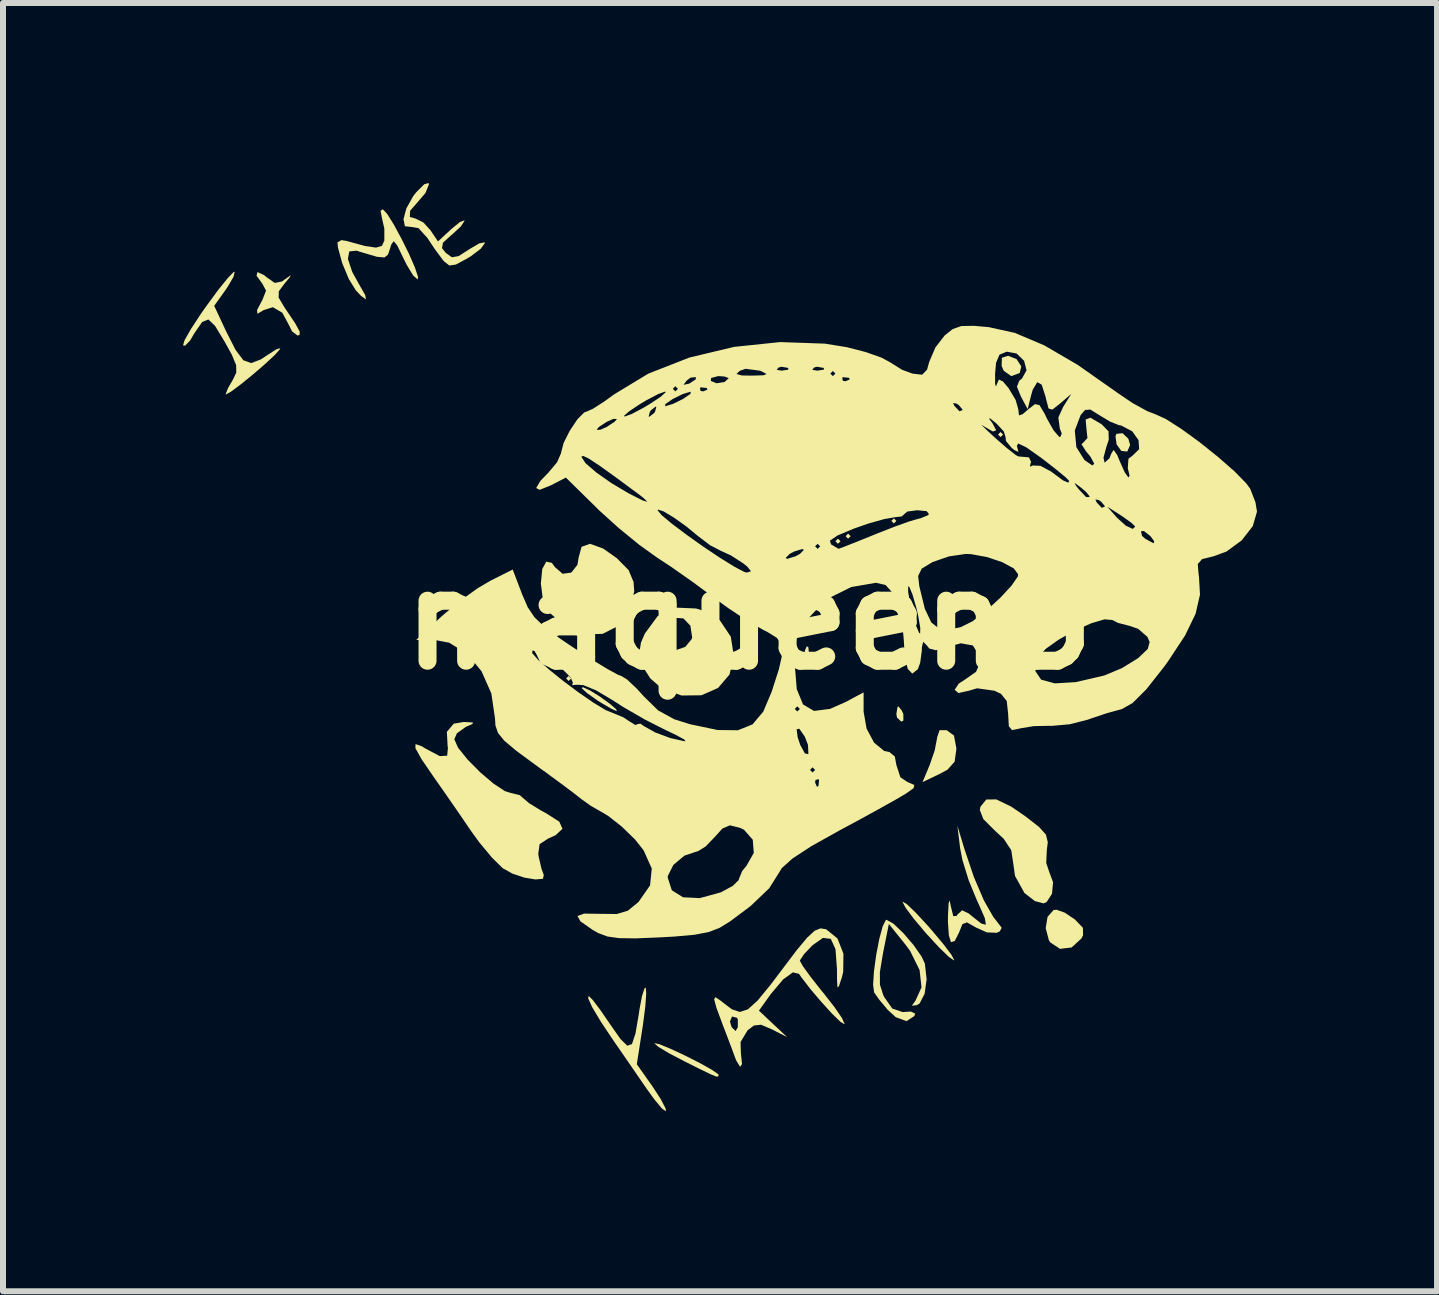
<source format=kicad_pcb>
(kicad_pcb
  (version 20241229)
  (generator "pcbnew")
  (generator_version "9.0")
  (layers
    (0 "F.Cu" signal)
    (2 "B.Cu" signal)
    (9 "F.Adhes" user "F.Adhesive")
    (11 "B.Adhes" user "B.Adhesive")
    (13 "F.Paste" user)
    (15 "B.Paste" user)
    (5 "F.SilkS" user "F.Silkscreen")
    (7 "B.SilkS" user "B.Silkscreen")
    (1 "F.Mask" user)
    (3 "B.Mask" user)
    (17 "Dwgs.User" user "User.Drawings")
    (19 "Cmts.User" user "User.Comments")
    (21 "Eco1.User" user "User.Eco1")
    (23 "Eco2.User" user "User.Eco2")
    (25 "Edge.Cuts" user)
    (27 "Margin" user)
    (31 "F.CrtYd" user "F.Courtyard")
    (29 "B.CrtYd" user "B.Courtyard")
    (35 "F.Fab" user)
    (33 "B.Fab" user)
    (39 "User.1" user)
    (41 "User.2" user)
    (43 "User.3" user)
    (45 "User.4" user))
  (footprint "maqueen5"
    (layer "F.Cu")
    (at 9.431 7.281)
    (property "Reference" "maqueen5" (at 0 0 0) (layer "F.SilkS") (effects (font (size 1.5 1.5) (thickness 0.3))))
    (attr board_only exclude_from_pos_files exclude_from_bom)
    (fp_poly (pts (xy -2.963 0.974) (xy -3.006 1.016) (xy -3.048 0.974) (xy -3.006 0.931)) (stroke (width 0) (type solid)) (fill yes) (layer "F.SilkS"))
    (fp_poly (pts (xy 1.524 -1.312) (xy 1.482 -1.27) (xy 1.439 -1.312) (xy 1.482 -1.355)) (stroke (width 0) (type solid)) (fill yes) (layer "F.SilkS"))
    (fp_poly (pts (xy 1.693 -1.397) (xy 1.651 -1.355) (xy 1.609 -1.397) (xy 1.651 -1.439)) (stroke (width 0) (type solid)) (fill yes) (layer "F.SilkS"))
    (fp_poly (pts (xy 2.455 -1.651) (xy 2.413 -1.609) (xy 2.371 -1.651) (xy 2.413 -1.693)) (stroke (width 0) (type solid)) (fill yes) (layer "F.SilkS"))
    (fp_poly (pts (xy 4.233 -3.09) (xy 4.191 -3.048) (xy 4.149 -3.09) (xy 4.191 -3.133)) (stroke (width 0) (type solid)) (fill yes) (layer "F.SilkS"))
    (fp_poly (pts (xy 0.988 0.452) (xy 0.998 0.552) (xy 0.988 0.564) (xy 0.937 0.553) (xy 0.931 0.508) (xy 0.962 0.438)) (stroke (width 0) (type solid)) (fill yes) (layer "F.SilkS"))
    (fp_poly (pts (xy 2.543 1.506) (xy 2.571 1.566) (xy 2.572 1.675) (xy 2.537 1.693) (xy 2.465 1.625) (xy 2.455 1.566) (xy 2.473 1.453) (xy 2.489 1.439)) (stroke (width 0) (type solid)) (fill yes) (layer "F.SilkS"))
    (fp_poly (pts (xy 4.458 -4.347) (xy 4.536 -4.226) (xy 4.51 -4.115) (xy 4.369 -4.064) (xy 4.244 -4.152) (xy 4.209 -4.233) (xy 4.213 -4.37) (xy 4.317 -4.403)) (stroke (width 0) (type solid)) (fill yes) (layer "F.SilkS"))
    (fp_poly (pts (xy 6.32 -3.021) (xy 6.35 -2.916) (xy 6.302 -2.807) (xy 6.203 -2.818) (xy 6.125 -2.925) (xy 6.106 -3.063) (xy 6.122 -3.102) (xy 6.223 -3.113)) (stroke (width 0) (type solid)) (fill yes) (layer "F.SilkS"))
    (fp_poly (pts (xy -2.646 1.176) (xy -2.482 1.278) (xy -2.323 1.393) (xy -2.215 1.486) (xy -2.201 1.52) (xy -2.293 1.479) (xy -2.468 1.377) (xy -2.519 1.345) (xy -2.698 1.219) (xy -2.787 1.137) (xy -2.771 1.118)) (stroke (width 0) (type solid)) (fill yes) (layer "F.SilkS"))
    (fp_poly (pts (xy 3.415 1.926) (xy 3.454 2.133) (xy 3.454 2.155) (xy 3.426 2.36) (xy 3.308 2.493) (xy 3.173 2.566) (xy 2.891 2.701) (xy 3.012 2.411) (xy 3.094 2.172) (xy 3.132 1.974) (xy 3.133 1.958) (xy 3.175 1.836) (xy 3.294 1.836)) (stroke (width 0) (type solid)) (fill yes) (layer "F.SilkS"))
    (fp_poly (pts (xy 5.26 4.876) (xy 5.43 4.99) (xy 5.563 5.129) (xy 5.566 5.252) (xy 5.537 5.308) (xy 5.374 5.457) (xy 5.181 5.479) (xy 5.019 5.372) (xy 4.996 5.336) (xy 4.943 5.134) (xy 4.974 4.946) (xy 5.072 4.835) (xy 5.119 4.826)) (stroke (width 0) (type solid)) (fill yes) (layer "F.SilkS"))
    (fp_poly (pts (xy -1.491 7.069) (xy -1.305 7.146) (xy -1.067 7.257) (xy -0.824 7.38) (xy -0.625 7.491) (xy -0.516 7.566) (xy -0.508 7.579) (xy -0.512 7.606) (xy -0.547 7.607) (xy -0.644 7.567) (xy -0.834 7.475) (xy -1.081 7.351) (xy -1.337 7.217) (xy -1.514 7.11) (xy -1.577 7.053) (xy -1.576 7.051)) (stroke (width 0) (type solid)) (fill yes) (layer "F.SilkS"))
    (fp_poly (pts (xy 2.629 4.734) (xy 2.778 4.877) (xy 2.979 5.094) (xy 3.04 5.164) (xy 3.237 5.399) (xy 3.371 5.576) (xy 3.419 5.666) (xy 3.414 5.672) (xy 3.328 5.612) (xy 3.166 5.455) (xy 2.961 5.233) (xy 2.933 5.201) (xy 2.739 4.97) (xy 2.606 4.791) (xy 2.558 4.698) (xy 2.56 4.694)) (stroke (width 0) (type solid)) (fill yes) (layer "F.SilkS"))
    (fp_poly (pts (xy -2.431 -1.191) (xy -2.202 -1.029) (xy -2.007 -0.832) (xy -1.924 -0.634) (xy -1.913 -0.481) (xy -1.984 -0.148) (xy -2.173 0.095) (xy -2.44 0.231) (xy -2.75 0.239) (xy -3.05 0.11) (xy -3.306 -0.105) (xy -3.434 -0.333) (xy -3.469 -0.609) (xy -3.445 -0.851) (xy -3.379 -0.972) (xy -3.287 -0.953) (xy -3.235 -0.882) (xy -3.106 -0.77) (xy -2.962 -0.79) (xy -2.859 -0.92) (xy -2.84 -1.039) (xy -2.791 -1.219) (xy -2.65 -1.27)) (stroke (width 0) (type solid)) (fill yes) (layer "F.SilkS"))
    (fp_poly (pts (xy 4.368 3.109) (xy 4.602 3.269) (xy 4.831 3.447) (xy 4.947 3.576) (xy 4.978 3.702) (xy 4.962 3.83) (xy 4.952 4.047) (xy 5.002 4.198) (xy 5.066 4.369) (xy 5.048 4.562) (xy 4.959 4.699) (xy 4.907 4.722) (xy 4.762 4.683) (xy 4.594 4.553) (xy 4.589 4.548) (xy 4.432 4.265) (xy 4.403 4.059) (xy 4.369 3.835) (xy 4.243 3.645) (xy 4.101 3.514) (xy 3.904 3.317) (xy 3.845 3.165) (xy 3.856 3.111) (xy 3.953 2.991) (xy 4.119 2.989)) (stroke (width 0) (type solid)) (fill yes) (layer "F.SilkS"))
    (fp_poly (pts (xy -8.079 -5.746) (xy -8.045 -5.716) (xy -7.903 -5.617) (xy -7.784 -5.64) (xy -7.727 -5.681) (xy -7.636 -5.746) (xy -7.655 -5.708) (xy -7.735 -5.612) (xy -7.835 -5.478) (xy -7.838 -5.372) (xy -7.744 -5.214) (xy -7.728 -5.19) (xy -7.563 -4.945) (xy -7.488 -4.807) (xy -7.489 -4.749) (xy -7.525 -4.741) (xy -7.616 -4.811) (xy -7.66 -4.903) (xy -7.777 -5.12) (xy -7.934 -5.212) (xy -8.086 -5.165) (xy -8.192 -5.102) (xy -8.198 -5.165) (xy -8.109 -5.333) (xy -8.048 -5.488) (xy -8.109 -5.603) (xy -8.207 -5.738) (xy -8.191 -5.798)) (stroke (width 0) (type solid)) (fill yes) (layer "F.SilkS"))
    (fp_poly (pts (xy -1.713 6.223) (xy -1.729 6.443) (xy -1.767 6.741) (xy -1.774 6.785) (xy -1.87 7.402) (xy -1.607 7.774) (xy -1.469 7.987) (xy -1.39 8.139) (xy -1.384 8.186) (xy -1.448 8.143) (xy -1.574 7.993) (xy -1.702 7.816) (xy -1.918 7.502) (xy -2.148 7.168) (xy -2.246 7.027) (xy -2.465 6.7) (xy -2.614 6.451) (xy -2.681 6.301) (xy -2.671 6.265) (xy -2.605 6.33) (xy -2.476 6.501) (xy -2.313 6.738) (xy -2.143 6.981) (xy -2.029 7.093) (xy -1.951 7.066) (xy -1.892 6.889) (xy -1.835 6.555) (xy -1.826 6.49) (xy -1.783 6.264) (xy -1.741 6.136) (xy -1.722 6.124)) (stroke (width 0) (type solid)) (fill yes) (layer "F.SilkS"))
    (fp_poly (pts (xy -0.883 -0.192) (xy -0.81 -0.171) (xy -0.487 0.005) (xy -0.304 0.278) (xy -0.254 0.597) (xy -0.325 0.908) (xy -0.516 1.132) (xy -0.793 1.254) (xy -1.124 1.258) (xy -1.449 1.143) (xy -1.643 0.976) (xy -1.774 0.773) (xy -1.831 0.569) (xy -1.801 0.376) (xy -1.794 0.36) (xy -1.43 0.36) (xy -1.379 0.455) (xy -1.23 0.505) (xy -1.062 0.448) (xy -0.955 0.317) (xy -0.948 0.289) (xy -0.977 0.095) (xy -1.094 -0.027) (xy -1.249 -0.037) (xy -1.312 0) (xy -1.42 0.168) (xy -1.43 0.36) (xy -1.794 0.36) (xy -1.737 0.227) (xy -1.522 -0.066) (xy -1.232 -0.207)) (stroke (width 0) (type solid)) (fill yes) (layer "F.SilkS"))
    (fp_poly (pts (xy 3.587 3.81) (xy 3.745 4.279) (xy 3.913 4.672) (xy 4.072 4.951) (xy 4.121 5.012) (xy 4.21 5.129) (xy 4.177 5.189) (xy 4.125 5.212) (xy 3.963 5.205) (xy 3.783 5.125) (xy 3.631 5.038) (xy 3.555 5.068) (xy 3.499 5.208) (xy 3.428 5.348) (xy 3.364 5.368) (xy 3.329 5.252) (xy 3.314 5.032) (xy 3.315 4.918) (xy 3.326 4.714) (xy 3.343 4.675) (xy 3.364 4.777) (xy 3.403 4.933) (xy 3.456 4.932) (xy 3.473 4.908) (xy 3.55 4.837) (xy 3.659 4.889) (xy 3.699 4.922) (xy 3.87 5.058) (xy 3.946 5.077) (xy 3.93 4.971) (xy 3.825 4.73) (xy 3.796 4.669) (xy 3.66 4.338) (xy 3.556 4) (xy 3.518 3.807) (xy 3.472 3.429)) (stroke (width 0) (type solid)) (fill yes) (layer "F.SilkS"))
    (fp_poly (pts (xy 2.404 5.058) (xy 2.568 5.214) (xy 2.74 5.414) (xy 2.876 5.609) (xy 2.93 5.726) (xy 2.959 5.987) (xy 2.926 6.228) (xy 2.842 6.389) (xy 2.794 6.418) (xy 2.713 6.427) (xy 2.768 6.349) (xy 2.773 6.344) (xy 2.874 6.121) (xy 2.842 5.833) (xy 2.684 5.514) (xy 2.604 5.406) (xy 2.33 5.065) (xy 2.231 5.557) (xy 2.18 5.867) (xy 2.181 6.076) (xy 2.236 6.249) (xy 2.254 6.285) (xy 2.387 6.474) (xy 2.559 6.533) (xy 2.697 6.524) (xy 2.768 6.558) (xy 2.755 6.598) (xy 2.624 6.684) (xy 2.446 6.619) (xy 2.313 6.498) (xy 2.17 6.327) (xy 2.084 6.205) (xy 2.067 6.076) (xy 2.082 5.85) (xy 2.119 5.578) (xy 2.171 5.311) (xy 2.228 5.101) (xy 2.281 4.998) (xy 2.29 4.995)) (stroke (width 0) (type solid)) (fill yes) (layer "F.SilkS"))
    (fp_poly (pts (xy -8.59 -5.719) (xy -8.686 -5.554) (xy -8.722 -5.501) (xy -8.912 -5.235) (xy -8.716 -4.816) (xy -8.556 -4.501) (xy -8.426 -4.328) (xy -8.295 -4.281) (xy -8.135 -4.342) (xy -8.031 -4.411) (xy -7.876 -4.511) (xy -7.811 -4.529) (xy -7.817 -4.512) (xy -7.906 -4.412) (xy -8.07 -4.26) (xy -8.271 -4.087) (xy -8.471 -3.925) (xy -8.632 -3.805) (xy -8.716 -3.758) (xy -8.721 -3.763) (xy -8.68 -3.867) (xy -8.601 -4.003) (xy -8.544 -4.122) (xy -8.546 -4.246) (xy -8.619 -4.423) (xy -8.743 -4.646) (xy -8.898 -4.901) (xy -9.009 -5.008) (xy -9.113 -4.965) (xy -9.244 -4.776) (xy -9.313 -4.657) (xy -9.396 -4.572) (xy -9.431 -4.577) (xy -9.406 -4.661) (xy -9.3 -4.848) (xy -9.132 -5.104) (xy -9.042 -5.232) (xy -8.846 -5.499) (xy -8.686 -5.697) (xy -8.588 -5.798) (xy -8.57 -5.804)) (stroke (width 0) (type solid)) (fill yes) (layer "F.SilkS"))
    (fp_poly (pts (xy -6.027 -6.763) (xy -5.915 -6.583) (xy -5.787 -6.345) (xy -5.663 -6.094) (xy -5.566 -5.87) (xy -5.515 -5.716) (xy -5.522 -5.673) (xy -5.598 -5.743) (xy -5.706 -5.921) (xy -5.761 -6.032) (xy -5.862 -6.241) (xy -5.92 -6.312) (xy -5.96 -6.26) (xy -5.98 -6.195) (xy -6.016 -6.088) (xy -6.075 -6.041) (xy -6.199 -6.052) (xy -6.428 -6.119) (xy -6.54 -6.154) (xy -6.661 -6.142) (xy -6.684 -6.016) (xy -6.611 -5.798) (xy -6.512 -5.619) (xy -6.397 -5.416) (xy -6.382 -5.341) (xy -6.464 -5.4) (xy -6.551 -5.492) (xy -6.669 -5.682) (xy -6.78 -5.95) (xy -6.849 -6.205) (xy -6.858 -6.292) (xy -6.792 -6.33) (xy -6.71 -6.317) (xy -6.399 -6.232) (xy -6.214 -6.205) (xy -6.117 -6.235) (xy -6.077 -6.322) (xy -6.077 -6.524) (xy -6.112 -6.675) (xy -6.14 -6.818) (xy -6.102 -6.844)) (stroke (width 0) (type solid)) (fill yes) (layer "F.SilkS"))
    (fp_poly (pts (xy -5.334 -7.259) (xy -5.392 -7.115) (xy -5.503 -6.985) (xy -5.647 -6.819) (xy -5.652 -6.716) (xy -5.556 -6.689) (xy -5.426 -6.624) (xy -5.311 -6.498) (xy -5.183 -6.308) (xy -4.962 -6.513) (xy -4.819 -6.63) (xy -4.744 -6.66) (xy -4.741 -6.652) (xy -4.801 -6.559) (xy -4.947 -6.424) (xy -4.96 -6.414) (xy -5.1 -6.287) (xy -5.116 -6.196) (xy -5.052 -6.116) (xy -4.951 -6.044) (xy -4.838 -6.064) (xy -4.664 -6.176) (xy -4.499 -6.274) (xy -4.408 -6.293) (xy -4.403 -6.279) (xy -4.469 -6.188) (xy -4.634 -6.062) (xy -4.692 -6.027) (xy -4.884 -5.923) (xy -4.994 -5.907) (xy -5.081 -5.975) (xy -5.1 -5.997) (xy -5.231 -6.173) (xy -5.361 -6.368) (xy -5.508 -6.53) (xy -5.631 -6.55) (xy -5.734 -6.561) (xy -5.758 -6.678) (xy -5.71 -6.859) (xy -5.595 -7.064) (xy -5.546 -7.127) (xy -5.412 -7.261) (xy -5.339 -7.281)) (stroke (width 0) (type solid)) (fill yes) (layer "F.SilkS"))
    (fp_poly (pts (xy -4.601 1.707) (xy -4.609 1.733) (xy -4.72 1.781) (xy -4.868 1.888) (xy -4.911 1.987) (xy -4.849 2.127) (xy -4.691 2.324) (xy -4.48 2.537) (xy -4.258 2.726) (xy -4.068 2.851) (xy -3.979 2.879) (xy -3.819 2.919) (xy -3.767 2.965) (xy -3.664 3.053) (xy -3.467 3.174) (xy -3.378 3.222) (xy -3.161 3.361) (xy -3.109 3.479) (xy -3.223 3.586) (xy -3.348 3.642) (xy -3.49 3.735) (xy -3.512 3.896) (xy -3.504 3.948) (xy -3.459 4.143) (xy -3.42 4.249) (xy -3.434 4.312) (xy -3.559 4.323) (xy -3.746 4.292) (xy -3.945 4.225) (xy -4.105 4.135) (xy -4.282 3.961) (xy -4.492 3.709) (xy -4.628 3.521) (xy -4.844 3.205) (xy -5.092 2.847) (xy -5.248 2.625) (xy -5.457 2.319) (xy -5.559 2.136) (xy -5.557 2.067) (xy -5.453 2.104) (xy -5.379 2.149) (xy -5.152 2.268) (xy -5.03 2.261) (xy -5.017 2.128) (xy -5.022 2.108) (xy -5.035 1.863) (xy -4.92 1.727) (xy -4.753 1.699)) (stroke (width 0) (type solid)) (fill yes) (layer "F.SilkS"))
    (fp_poly (pts (xy 1.284 5.153) (xy 1.286 5.154) (xy 1.473 5.306) (xy 1.573 5.56) (xy 1.569 5.866) (xy 1.546 5.956) (xy 1.497 6.104) (xy 1.473 6.122) (xy 1.466 5.994) (xy 1.465 5.817) (xy 1.441 5.486) (xy 1.363 5.313) (xy 1.231 5.297) (xy 1.059 5.418) (xy 0.916 5.568) (xy 0.848 5.671) (xy 0.847 5.678) (xy 0.897 5.768) (xy 1.029 5.95) (xy 1.216 6.187) (xy 1.24 6.215) (xy 1.425 6.452) (xy 1.55 6.635) (xy 1.592 6.731) (xy 1.59 6.735) (xy 1.523 6.695) (xy 1.384 6.56) (xy 1.207 6.366) (xy 1.024 6.151) (xy 0.871 5.952) (xy 0.832 5.896) (xy 0.731 5.871) (xy 0.57 5.987) (xy 0.362 6.233) (xy 0.333 6.274) (xy 0.165 6.509) (xy 0.4 6.73) (xy 0.635 6.95) (xy 0.384 6.822) (xy 0.2 6.744) (xy 0.08 6.757) (xy -0.025 6.838) (xy -0.141 7.031) (xy -0.136 7.216) (xy -0.117 7.398) (xy -0.148 7.446) (xy -0.212 7.343) (xy -0.228 7.303) (xy -0.288 7.139) (xy -0.383 6.889) (xy -0.437 6.749) (xy -0.458 6.691) (xy -0.318 6.691) (xy -0.289 6.785) (xy -0.224 6.849) (xy -0.187 6.785) (xy -0.187 6.653) (xy -0.203 6.627) (xy -0.284 6.607) (xy -0.318 6.691) (xy -0.458 6.691) (xy -0.542 6.466) (xy -0.582 6.318) (xy -0.558 6.285) (xy -0.47 6.345) (xy -0.445 6.366) (xy -0.287 6.486) (xy -0.154 6.531) (xy -0.019 6.487) (xy 0.144 6.34) (xy 0.36 6.076) (xy 0.54 5.838) (xy 0.79 5.507) (xy 0.967 5.294) (xy 1.093 5.178) (xy 1.191 5.138)) (stroke (width 0) (type solid)) (fill yes) (layer "F.SilkS"))
    (fp_poly (pts (xy 3.994 -4.88) (xy 4.429 -4.784) (xy 4.918 -4.577) (xy 5.477 -4.251) (xy 6.122 -3.798) (xy 6.129 -3.792) (xy 6.391 -3.615) (xy 6.634 -3.481) (xy 6.767 -3.43) (xy 6.944 -3.35) (xy 7.204 -3.184) (xy 7.508 -2.963) (xy 7.815 -2.717) (xy 8.087 -2.479) (xy 8.284 -2.278) (xy 8.351 -2.187) (xy 8.438 -1.963) (xy 8.464 -1.806) (xy 8.394 -1.565) (xy 8.209 -1.327) (xy 7.956 -1.141) (xy 7.744 -1.063) (xy 7.548 -1.014) (xy 7.477 -0.932) (xy 7.491 -0.76) (xy 7.497 -0.727) (xy 7.514 -0.423) (xy 7.441 -0.105) (xy 7.267 0.256) (xy 6.979 0.693) (xy 6.908 0.79) (xy 6.619 1.156) (xy 6.391 1.383) (xy 6.212 1.485) (xy 6.199 1.488) (xy 5.964 1.552) (xy 5.687 1.645) (xy 5.646 1.66) (xy 5.346 1.737) (xy 5.042 1.764) (xy 5.011 1.763) (xy 4.745 1.768) (xy 4.521 1.805) (xy 4.508 1.809) (xy 4.382 1.835) (xy 4.329 1.771) (xy 4.318 1.577) (xy 4.318 1.57) (xy 4.294 1.35) (xy 4.198 1.23) (xy 4.088 1.178) (xy 3.8 1.138) (xy 3.667 1.177) (xy 3.491 1.217) (xy 3.426 1.163) (xy 3.495 1.059) (xy 3.575 1.008) (xy 3.782 0.864) (xy 3.789 0.849) (xy 4.77 0.849) (xy 4.866 0.993) (xy 5.095 1.056) (xy 5.444 1.035) (xy 5.905 0.928) (xy 5.926 0.922) (xy 6.211 0.803) (xy 6.472 0.643) (xy 6.489 0.63) (xy 6.644 0.482) (xy 6.675 0.367) (xy 6.638 0.281) (xy 6.484 0.147) (xy 6.341 0.098) (xy 6.148 0.048) (xy 6.054 -0.000113) (xy 5.923 -0.011) (xy 5.701 0.055) (xy 5.434 0.174) (xy 5.168 0.322) (xy 4.947 0.478) (xy 4.82 0.616) (xy 4.814 0.627) (xy 4.77 0.849) (xy 3.789 0.849) (xy 3.85 0.708) (xy 3.834 0.589) (xy 3.729 0.424) (xy 3.53 0.388) (xy 3.304 0.448) (xy 3.11 0.504) (xy 3.003 0.475) (xy 2.961 0.422) (xy 2.902 0.363) (xy 2.88 0.453) (xy 2.879 0.508) (xy 2.852 0.712) (xy 2.812 0.821) (xy 2.72 0.893) (xy 2.644 0.814) (xy 2.594 0.602) (xy 2.579 0.339) (xy 2.54 -0.092) (xy 2.436 -0.405) (xy 2.378 -0.469) (xy 2.651 -0.469) (xy 2.686 -0.266) (xy 2.716 -0.134) (xy 2.78 0.087) (xy 2.833 0.213) (xy 2.851 0.225) (xy 2.853 0.13) (xy 2.818 -0.073) (xy 2.787 -0.205) (xy 2.723 -0.426) (xy 2.671 -0.552) (xy 2.652 -0.564) (xy 2.651 -0.469) (xy 2.378 -0.469) (xy 2.274 -0.584) (xy 2.114 -0.62) (xy 1.702 -0.549) (xy 1.368 -0.383) (xy 1.097 -0.145) (xy 0.915 0.051) (xy 0.814 0.213) (xy 0.772 0.404) (xy 0.762 0.689) (xy 0.762 0.745) (xy 0.795 1.152) (xy 0.9 1.407) (xy 1.083 1.515) (xy 1.35 1.481) (xy 1.612 1.365) (xy 1.909 1.206) (xy 1.909 1.527) (xy 1.958 1.808) (xy 2.083 2.043) (xy 2.253 2.183) (xy 2.341 2.201) (xy 2.429 2.275) (xy 2.455 2.416) (xy 2.522 2.621) (xy 2.634 2.696) (xy 2.754 2.749) (xy 2.741 2.803) (xy 2.613 2.893) (xy 2.461 2.983) (xy 2.197 3.131) (xy 1.859 3.317) (xy 1.497 3.512) (xy 1.037 3.769) (xy 0.724 3.974) (xy 0.547 4.133) (xy 0.503 4.205) (xy 0.337 4.469) (xy 0.024 4.768) (xy -0.319 5.024) (xy -0.492 5.13) (xy -0.674 5.2) (xy -0.911 5.245) (xy -1.248 5.275) (xy -1.484 5.288) (xy -1.887 5.305) (xy -2.164 5.301) (xy -2.358 5.274) (xy -2.511 5.217) (xy -2.604 5.165) (xy -2.81 5.021) (xy -2.859 4.932) (xy -2.748 4.892) (xy -2.475 4.896) (xy -2.474 4.896) (xy -2.203 4.899) (xy -2.02 4.844) (xy -1.85 4.705) (xy -1.839 4.694) (xy -1.649 4.422) (xy -1.636 4.292) (xy -1.355 4.292) (xy -1.287 4.503) (xy -1.1 4.62) (xy -0.821 4.634) (xy -0.474 4.539) (xy -0.463 4.534) (xy -0.272 4.431) (xy -0.173 4.334) (xy -0.169 4.316) (xy -0.115 4.184) (xy -0.042 4.094) (xy 0.079 3.88) (xy 0.062 3.661) (xy -0.085 3.494) (xy -0.147 3.464) (xy -0.318 3.421) (xy -0.444 3.475) (xy -0.57 3.614) (xy -0.724 3.774) (xy -0.854 3.854) (xy -0.867 3.856) (xy -1.077 3.926) (xy -1.261 4.081) (xy -1.353 4.264) (xy -1.355 4.292) (xy -1.636 4.292) (xy -1.621 4.141) (xy -1.757 3.837) (xy -1.899 3.658) (xy -2.121 3.442) (xy -2.345 3.266) (xy -2.428 3.216) (xy -2.642 3.093) (xy -2.794 2.984) (xy -2.916 2.888) (xy -3.138 2.721) (xy -3.155 2.709) (xy 1.101 2.709) (xy 1.132 2.779) (xy 1.157 2.766) (xy 1.167 2.665) (xy 1.157 2.653) (xy 1.107 2.665) (xy 1.101 2.709) (xy -3.155 2.709) (xy -3.422 2.513) (xy -3.444 2.498) (xy 1.016 2.498) (xy 1.058 2.54) (xy 1.101 2.498) (xy 1.058 2.455) (xy 1.016 2.498) (xy -3.444 2.498) (xy -3.577 2.401) (xy -3.885 2.174) (xy -4.078 2.011) (xy -4.183 1.882) (xy -4.226 1.757) (xy -4.233 1.639) (xy -4.294 1.224) (xy -4.458 0.853) (xy -4.701 0.56) (xy -4.715 0.551) (xy -3.614 0.551) (xy -3.512 0.666) (xy -3.328 0.829) (xy -3.094 1.017) (xy -2.84 1.207) (xy -2.595 1.376) (xy -2.39 1.5) (xy -2.254 1.556) (xy -2.252 1.556) (xy -2.091 1.623) (xy -1.998 1.686) (xy -1.891 1.751) (xy -1.863 1.736) (xy -1.811 1.727) (xy -1.741 1.774) (xy -1.56 1.875) (xy -1.309 1.968) (xy -1.084 2.018) (xy -1.058 2.02) (xy -1.081 1.99) (xy -1.225 1.912) (xy -1.407 1.825) (xy -1.731 1.661) (xy -2.089 1.454) (xy -2.285 1.329) (xy -2.551 1.171) (xy -2.762 1.085) (xy -2.86 1.079) (xy -2.947 1.085) (xy -2.936 1.041) (xy -2.972 0.957) (xy -3.105 0.824) (xy -3.286 0.679) (xy -3.467 0.561) (xy -3.6 0.508) (xy -3.607 0.508) (xy -3.614 0.551) (xy -4.715 0.551) (xy -4.997 0.378) (xy -5.224 0.335) (xy -5.546 0.332) (xy -5.116 -0.067) (xy -4.83 -0.308) (xy -4.524 -0.528) (xy -4.312 -0.653) (xy -3.938 -0.841) (xy -3.778 -0.421) (xy -3.687 -0.212) (xy -3.574 -0.044) (xy -3.404 0.119) (xy -3.145 0.312) (xy -2.918 0.465) (xy -2.612 0.663) (xy -2.355 0.819) (xy -2.182 0.913) (xy -2.131 0.931) (xy -2.032 0.991) (xy -1.87 1.144) (xy -1.754 1.272) (xy -1.515 1.506) (xy -1.245 1.654) (xy -0.981 1.737) (xy -0.523 1.833) (xy -0.186 1.837) (xy -0.145 1.821) (xy 0.793 1.821) (xy 0.81 1.953) (xy 0.854 2.084) (xy 0.93 2.222) (xy 0.985 2.235) (xy 0.989 2.227) (xy 0.982 2.08) (xy 0.93 1.945) (xy 0.837 1.811) (xy 0.793 1.821) (xy -0.145 1.821) (xy 0.058 1.739) (xy 0.237 1.527) (xy 0.256 1.482) (xy 0.762 1.482) (xy 0.804 1.524) (xy 0.847 1.482) (xy 0.804 1.439) (xy 0.762 1.482) (xy 0.256 1.482) (xy 0.378 1.193) (xy 0.497 0.821) (xy 0.554 0.572) (xy 0.545 0.409) (xy 0.463 0.297) (xy 0.304 0.198) (xy 0.234 0.163) (xy -0.029 0.012) (xy -0.345 -0.197) (xy -0.593 -0.378) (xy -0.926 -0.625) (xy -1.08 -0.733) (xy 2.818 -0.733) (xy 2.837 -0.563) (xy 2.929 -0.188) (xy 3.038 0.042) (xy 3.178 0.151) (xy 3.291 0.169) (xy 3.527 0.119) (xy 3.725 0.021) (xy 3.961 -0.163) (xy 4.19 -0.374) (xy 4.374 -0.573) (xy 4.477 -0.722) (xy 4.487 -0.758) (xy 4.412 -0.859) (xy 4.221 -0.963) (xy 3.966 -1.049) (xy 3.7 -1.097) (xy 3.614 -1.101) (xy 3.331 -1.06) (xy 3.056 -0.965) (xy 2.876 -0.855) (xy 2.818 -0.733) (xy -1.08 -0.733) (xy -1.296 -0.885) (xy -1.532 -1.04) (xy -1.828 -1.252) (xy -2.171 -1.532) (xy -2.493 -1.823) (xy -2.499 -1.829) (xy -1.524 -1.829) (xy -1.458 -1.749) (xy -1.285 -1.604) (xy -1.041 -1.421) (xy -0.763 -1.223) (xy -0.485 -1.037) (xy -0.246 -0.889) (xy -0.081 -0.802) (xy -0.038 -0.79) (xy 0.033 -0.812) (xy -0.03 -0.89) (xy -0.097 -0.944) (xy -0.236 -1.034) (xy 0.61 -1.034) (xy 0.635 -1.019) (xy 0.774 -1.061) (xy 0.847 -1.101) (xy 0.914 -1.168) (xy 0.889 -1.183) (xy 0.75 -1.141) (xy 0.677 -1.101) (xy 0.61 -1.034) (xy -0.236 -1.034) (xy -0.303 -1.077) (xy -0.466 -1.151) (xy -0.614 -1.228) (xy 1.101 -1.228) (xy 1.143 -1.185) (xy 1.185 -1.228) (xy 1.143 -1.27) (xy 1.101 -1.228) (xy -0.614 -1.228) (xy -0.648 -1.245) (xy -0.749 -1.322) (xy 1.348 -1.322) (xy 1.366 -1.261) (xy 1.474 -1.196) (xy 1.494 -1.187) (xy 1.572 -1.216) (xy 1.769 -1.293) (xy 2.046 -1.405) (xy 2.129 -1.439) (xy 2.231 -1.479) (xy 6.531 -1.479) (xy 6.548 -1.401) (xy 6.606 -1.351) (xy 6.743 -1.278) (xy 6.751 -1.313) (xy 6.687 -1.399) (xy 6.579 -1.483) (xy 6.531 -1.479) (xy 2.231 -1.479) (xy 2.435 -1.559) (xy 2.686 -1.648) (xy 2.837 -1.691) (xy 2.853 -1.693) (xy 2.982 -1.746) (xy 2.998 -1.766) (xy 2.959 -1.814) (xy 2.802 -1.829) (xy 2.8 -1.829) (xy 2.637 -1.807) (xy 2.589 -1.767) (xy 2.545 -1.726) (xy 2.433 -1.713) (xy 2.254 -1.682) (xy 1.984 -1.606) (xy 1.747 -1.523) (xy 1.471 -1.407) (xy 1.348 -1.322) (xy -0.749 -1.322) (xy -0.847 -1.396) (xy -1.048 -1.561) (xy -1.254 -1.708) (xy -1.424 -1.81) (xy -1.517 -1.84) (xy -1.524 -1.829) (xy -2.499 -1.829) (xy -2.528 -1.858) (xy -3.052 -2.373) (xy -3.304 -2.243) (xy -3.489 -2.169) (xy -3.547 -2.199) (xy -3.476 -2.319) (xy -3.344 -2.455) (xy -3.199 -2.628) (xy -3.159 -2.719) (xy -2.794 -2.719) (xy -2.726 -2.615) (xy -2.546 -2.459) (xy -2.293 -2.281) (xy -2.003 -2.109) (xy -1.995 -2.105) (xy -1.774 -1.993) (xy -1.694 -1.968) (xy -1.733 -2.008) (xy 5.771 -2.008) (xy 5.792 -1.96) (xy 5.877 -1.87) (xy 5.926 -1.888) (xy 5.926 -1.889) (xy 5.969 -1.889) (xy 6.13 -1.706) (xy 6.278 -1.572) (xy 6.394 -1.518) (xy 6.435 -1.557) (xy 6.371 -1.62) (xy 6.218 -1.729) (xy 6.202 -1.739) (xy 5.969 -1.889) (xy 5.926 -1.889) (xy 5.927 -1.9) (xy 5.867 -1.972) (xy 5.829 -1.998) (xy 5.771 -2.008) (xy -1.733 -2.008) (xy -1.757 -2.032) (xy -1.82 -2.082) (xy -2.095 -2.285) (xy 5.424 -2.285) (xy 5.445 -2.242) (xy 5.493 -2.18) (xy 5.616 -2.049) (xy 5.671 -2.049) (xy 5.673 -2.064) (xy 5.615 -2.135) (xy 5.524 -2.212) (xy 5.424 -2.285) (xy -2.095 -2.285) (xy -2.214 -2.373) (xy -2.491 -2.572) (xy -2.669 -2.689) (xy -2.764 -2.735) (xy -2.794 -2.721) (xy -2.794 -2.719) (xy -3.159 -2.719) (xy -3.133 -2.779) (xy -3.132 -2.788) (xy -3.09 -2.949) (xy -2.987 -3.155) (xy -2.977 -3.169) (xy -2.54 -3.169) (xy -2.478 -3.17) (xy -2.371 -3.217) (xy -2.326 -3.247) (xy 3.877 -3.247) (xy 3.964 -3.162) (xy 4.102 -3.034) (xy 4.299 -2.863) (xy 4.442 -2.751) (xy 4.487 -2.726) (xy 4.664 -2.71) (xy 4.701 -2.632) (xy 4.691 -2.612) (xy 4.681 -2.554) (xy 4.729 -2.575) (xy 4.856 -2.569) (xy 5.033 -2.474) (xy 5.05 -2.461) (xy 5.234 -2.325) (xy 5.319 -2.289) (xy 5.334 -2.318) (xy 5.272 -2.381) (xy 5.108 -2.516) (xy 4.879 -2.694) (xy 4.871 -2.7) (xy 4.623 -2.875) (xy 4.485 -2.942) (xy 4.463 -2.901) (xy 4.489 -2.801) (xy 4.424 -2.83) (xy 4.377 -2.867) (xy 4.28 -2.984) (xy 4.275 -3.046) (xy 4.246 -3.14) (xy 4.127 -3.27) (xy 4.01 -3.365) (xy 4.005 -3.347) (xy 4.055 -3.281) (xy 4.118 -3.161) (xy 4.063 -3.141) (xy 3.913 -3.227) (xy 3.898 -3.239) (xy 3.877 -3.247) (xy -2.326 -3.247) (xy -2.238 -3.305) (xy -2.201 -3.35) (xy -2.264 -3.35) (xy -2.371 -3.302) (xy -2.504 -3.215) (xy -2.54 -3.169) (xy -2.977 -3.169) (xy -2.86 -3.344) (xy -2.803 -3.402) (xy -2.083 -3.402) (xy -2.074 -3.39) (xy -2.068 -3.392) (xy -1.673 -3.392) (xy -1.661 -3.387) (xy -1.584 -3.446) (xy -1.566 -3.471) (xy -1.545 -3.55) (xy -1.556 -3.556) (xy -1.634 -3.496) (xy -1.651 -3.471) (xy -1.673 -3.392) (xy -2.068 -3.392) (xy -1.957 -3.432) (xy -1.756 -3.538) (xy -1.716 -3.562) (xy -1.399 -3.562) (xy -1.397 -3.562) (xy -1.267 -3.601) (xy -1.236 -3.616) (xy 3.4 -3.616) (xy 3.421 -3.569) (xy 3.506 -3.478) (xy 3.555 -3.497) (xy 3.556 -3.509) (xy 3.496 -3.58) (xy 3.458 -3.606) (xy 3.4 -3.616) (xy -1.236 -3.616) (xy -1.101 -3.683) (xy -0.977 -3.767) (xy -0.971 -3.804) (xy -0.974 -3.804) (xy -1.104 -3.765) (xy -1.27 -3.683) (xy -1.393 -3.599) (xy -1.399 -3.562) (xy -1.716 -3.562) (xy -1.651 -3.601) (xy -1.471 -3.72) (xy -1.389 -3.795) (xy -1.397 -3.807) (xy -1.515 -3.764) (xy -1.715 -3.659) (xy -1.82 -3.596) (xy -2 -3.476) (xy -2.083 -3.402) (xy -2.803 -3.402) (xy -2.746 -3.459) (xy -2.711 -3.471) (xy -2.602 -3.519) (xy -2.409 -3.643) (xy -2.248 -3.76) (xy -2.096 -3.852) (xy -1.27 -3.852) (xy -1.228 -3.81) (xy -1.185 -3.852) (xy -1.199 -3.866) (xy -0.818 -3.866) (xy -0.807 -3.816) (xy -0.762 -3.81) (xy -0.692 -3.841) (xy -0.706 -3.866) (xy -0.806 -3.877) (xy -0.818 -3.866) (xy -1.199 -3.866) (xy -1.228 -3.895) (xy -1.27 -3.852) (xy -2.096 -3.852) (xy -1.986 -3.919) (xy -1.092 -3.919) (xy -1.023 -3.933) (xy 4.1 -3.933) (xy 4.115 -3.89) (xy 4.125 -3.919) (xy 4.163 -4.007) (xy 4.231 -3.975) (xy 4.325 -3.863) (xy 4.442 -3.668) (xy 4.487 -3.508) (xy 4.498 -3.41) (xy 4.559 -3.429) (xy 4.653 -3.511) (xy 4.764 -3.597) (xy 4.839 -3.581) (xy 4.923 -3.442) (xy 4.965 -3.354) (xy 5.074 -3.161) (xy 5.166 -3.055) (xy 5.185 -3.048) (xy 5.211 -3.107) (xy 5.191 -3.158) (xy 5.428 -3.158) (xy 5.454 -2.88) (xy 5.588 -2.667) (xy 5.718 -2.576) (xy 5.753 -2.603) (xy 5.688 -2.723) (xy 5.617 -2.808) (xy 5.54 -2.928) (xy 5.576 -2.963) (xy 5.639 -3.032) (xy 5.623 -3.175) (xy 5.609 -3.341) (xy 5.688 -3.371) (xy 5.866 -3.267) (xy 5.881 -3.256) (xy 5.99 -3.143) (xy 5.994 -3.004) (xy 5.952 -2.877) (xy 5.906 -2.705) (xy 5.923 -2.625) (xy 5.928 -2.625) (xy 6.005 -2.694) (xy 6.036 -2.773) (xy 6.075 -2.834) (xy 6.135 -2.748) (xy 6.177 -2.646) (xy 6.26 -2.46) (xy 6.322 -2.374) (xy 6.341 -2.405) (xy 6.311 -2.53) (xy 6.322 -2.688) (xy 6.39 -2.739) (xy 6.5 -2.846) (xy 6.49 -2.997) (xy 6.384 -3.145) (xy 6.203 -3.24) (xy 6.163 -3.247) (xy 6.017 -3.305) (xy 5.841 -3.411) (xy 5.687 -3.507) (xy 5.599 -3.5) (xy 5.525 -3.414) (xy 5.428 -3.158) (xy 5.191 -3.158) (xy 5.178 -3.191) (xy 5.154 -3.375) (xy 5.234 -3.551) (xy 5.37 -3.768) (xy 5.183 -3.607) (xy 5.053 -3.505) (xy 4.99 -3.525) (xy 4.948 -3.687) (xy 4.943 -3.713) (xy 4.877 -3.921) (xy 4.803 -3.964) (xy 4.728 -3.839) (xy 4.701 -3.747) (xy 4.643 -3.514) (xy 4.531 -3.722) (xy 4.464 -3.887) (xy 4.502 -3.986) (xy 4.549 -4.025) (xy 4.624 -4.161) (xy 4.583 -4.319) (xy 4.458 -4.441) (xy 4.295 -4.471) (xy 4.173 -4.421) (xy 4.116 -4.286) (xy 4.1 -4.106) (xy 4.1 -3.933) (xy -1.023 -3.933) (xy -1.007 -3.936) (xy -0.991 -3.942) (xy -0.928 -3.983) (xy -0.637 -3.983) (xy -0.54 -3.945) (xy -0.407 -3.966) (xy -0.339 -4.03) (xy -0.339 -4.031) (xy -0.352 -4.036) (xy 1.552 -4.036) (xy 1.564 -3.985) (xy 1.609 -3.979) (xy 1.678 -4.01) (xy 1.665 -4.036) (xy 1.565 -4.046) (xy 1.552 -4.036) (xy -0.352 -4.036) (xy -0.41 -4.058) (xy -0.513 -4.064) (xy -0.631 -4.033) (xy -0.637 -3.983) (xy -0.928 -3.983) (xy -0.888 -4.01) (xy -0.887 -4.048) (xy -0.976 -4.038) (xy -1.039 -3.99) (xy -1.092 -3.919) (xy -1.986 -3.919) (xy -1.688 -4.099) (xy -0.209 -4.099) (xy -0.122 -4.075) (xy 0.042 -4.072) (xy 0.243 -4.078) (xy 0.292 -4.099) (xy 0.279 -4.106) (xy 1.355 -4.106) (xy 1.397 -4.064) (xy 1.439 -4.106) (xy 1.397 -4.149) (xy 1.355 -4.106) (xy 0.279 -4.106) (xy 0.205 -4.145) (xy 0.183 -4.154) (xy 0.07 -4.169) (xy 0.46 -4.169) (xy 0.543 -4.155) (xy 0.639 -4.169) (xy 1.053 -4.169) (xy 1.136 -4.155) (xy 1.246 -4.171) (xy 1.247 -4.2) (xy 1.134 -4.22) (xy 1.085 -4.207) (xy 1.053 -4.169) (xy 0.639 -4.169) (xy 0.653 -4.171) (xy 0.654 -4.2) (xy 0.541 -4.22) (xy 0.492 -4.207) (xy 0.46 -4.169) (xy 0.07 -4.169) (xy -0.058 -4.186) (xy -0.156 -4.151) (xy -0.209 -4.099) (xy -1.688 -4.099) (xy -1.676 -4.106) (xy -0.995 -4.373) (xy -0.249 -4.551) (xy 0.518 -4.631) (xy 1.263 -4.605) (xy 1.634 -4.545) (xy 1.947 -4.464) (xy 2.207 -4.372) (xy 2.354 -4.292) (xy 2.549 -4.17) (xy 2.722 -4.106) (xy 2.885 -4.087) (xy 2.966 -4.171) (xy 3.002 -4.3) (xy 3.105 -4.541) (xy 3.261 -4.743) (xy 3.394 -4.848) (xy 3.537 -4.898) (xy 3.746 -4.902)) (stroke (width 0) (type solid)) (fill yes) (layer "F.SilkS")))
  (gr_rect
    (start -3 -3)
    (end 20.895 18.466)
    (stroke (width 0.1) (type default))
    (fill no)
    (layer "Edge.Cuts")))
</source>
